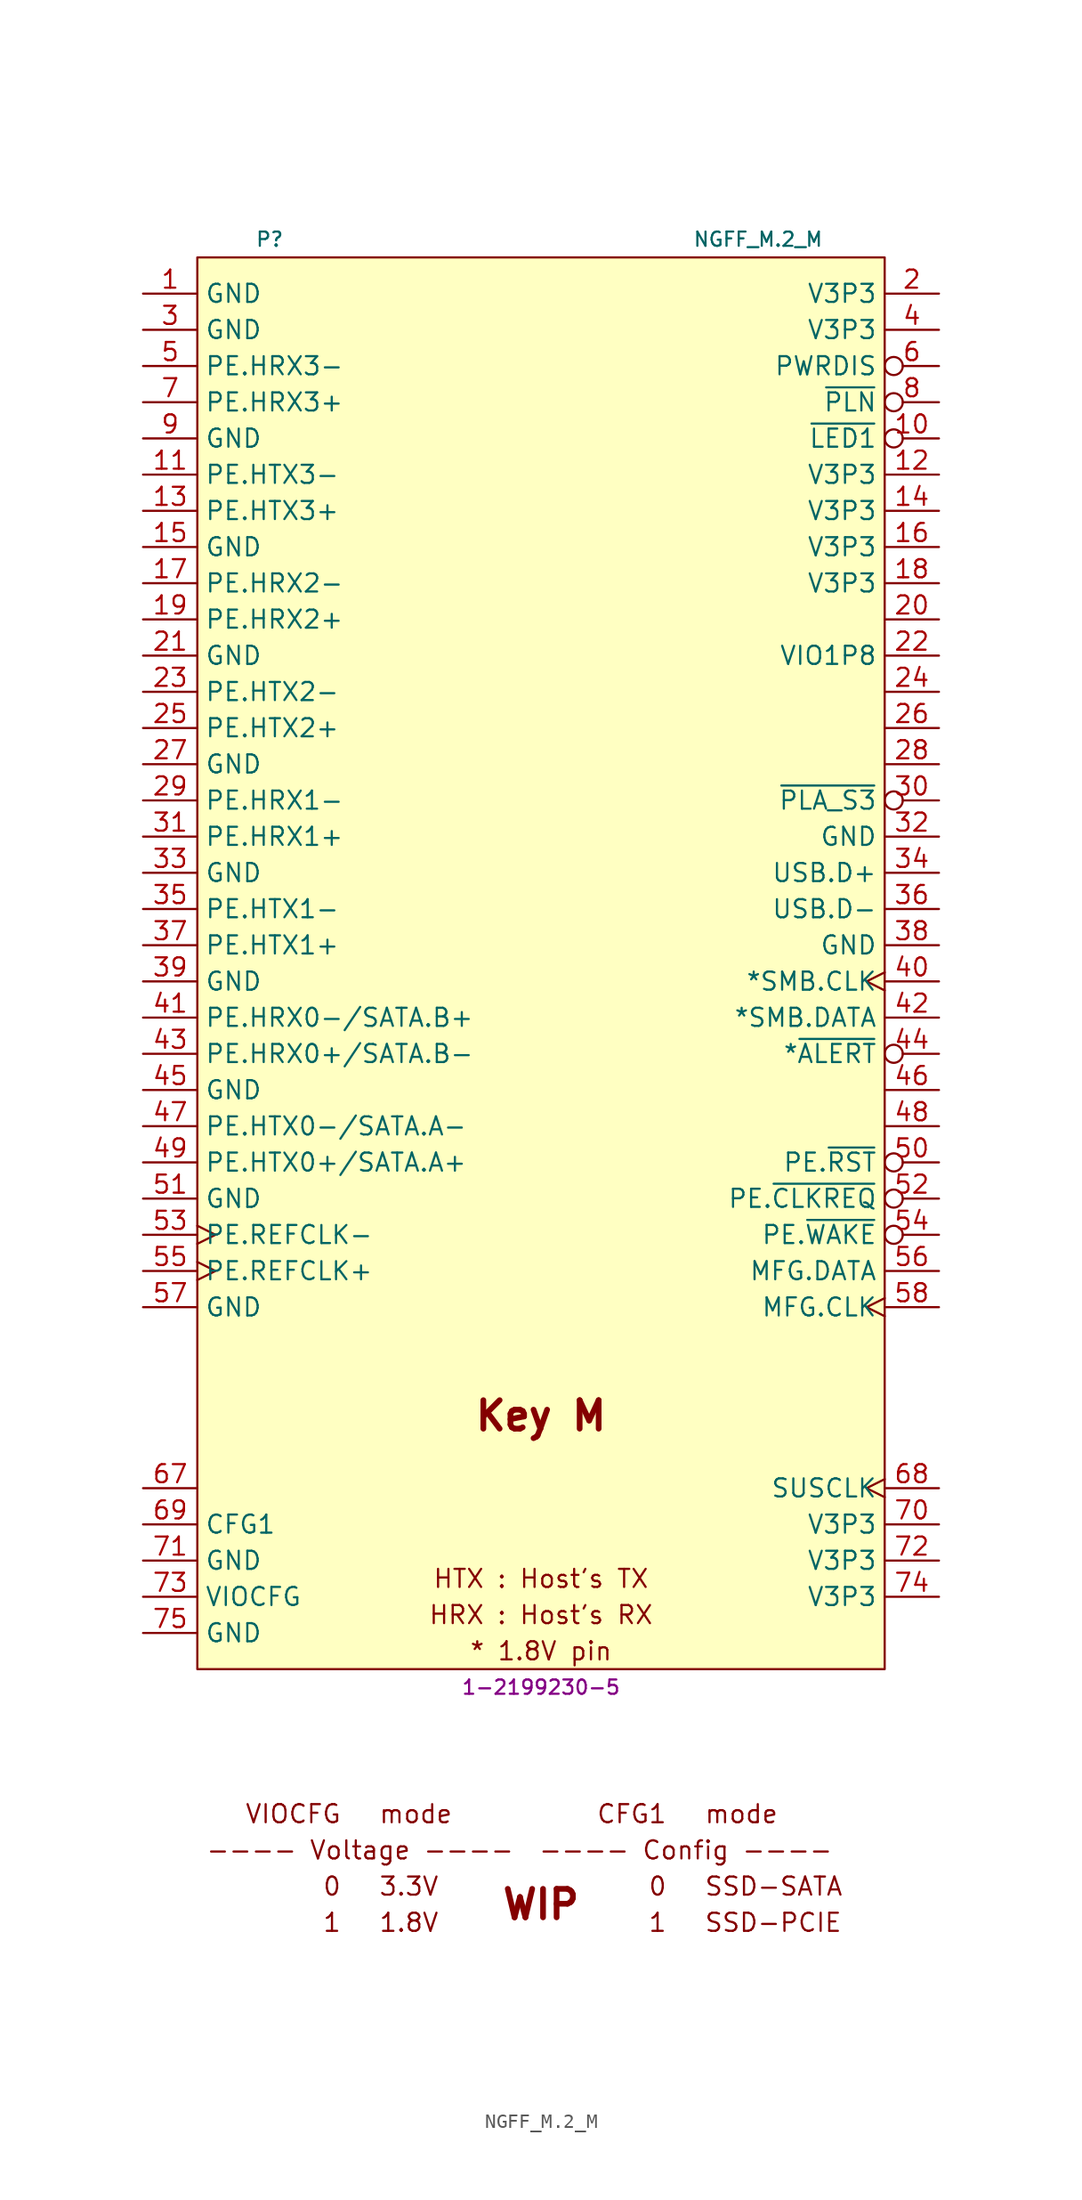
<source format=kicad_sym>
(kicad_symbol_lib
  (version 20231120)
  (generator "kicad_symbol_editor")
  (generator_version "8.0")
  (symbol "NGFF_M.2_M"
    (property "Reference" "P"
      (at -19.05 52.07 0)
      (effects (font (size 1 1))))
    (property "Value" "NGFF_M.2_M"
      (at 15.24 52.07 0)
      (effects (font (size 1 1))))
    (property "MPN" "1-2199230-5"
      (at 0 -49.53 0)
      (effects (font (size 1 1))))
    (symbol "NGFF_M.2_M_0_0"
      (text "* 1.8V pin" (at 0 -46.99 0) (effects (font (size 1.27 1.27))))
      (text "---- Config ----" (at 10.16 -60.96 0) (effects (font (size 1.27 1.27))))
      (text "---- Voltage ----" (at -12.7 -60.96 0) (effects (font (size 1.27 1.27))))
      (text "0" (at -13.97 -63.5 0) (effects (font (size 1.27 1.27)) (justify right)))
      (text "0" (at 8.89 -63.5 0) (effects (font (size 1.27 1.27)) (justify right)))
      (text "1" (at -13.97 -66.04 0) (effects (font (size 1.27 1.27)) (justify right)))
      (text "1" (at 8.89 -66.04 0) (effects (font (size 1.27 1.27)) (justify right)))
      (text "1.8V" (at -11.43 -66.04 0) (effects (font (size 1.27 1.27)) (justify left)))
      (text "3.3V" (at -11.43 -63.5 0) (effects (font (size 1.27 1.27)) (justify left)))
      (text "CFG1" (at 8.89 -58.42 0) (effects (font (size 1.27 1.27)) (justify right)))
      (text "HRX : Host's RX" (at 0 -44.45 0) (effects (font (size 1.27 1.27))))
      (text "HTX : Host's TX" (at 0 -41.91 0) (effects (font (size 1.27 1.27))))
      (text "Key M" (at 0 -30.48 0) (effects (font (size 2 2) (bold yes))))
      (text "mode" (at -11.43 -58.42 0) (effects (font (size 1.27 1.27)) (justify left)))
      (text "mode" (at 11.43 -58.42 0) (effects (font (size 1.27 1.27)) (justify left)))
      (text "SSD-PCIE" (at 11.43 -66.04 0) (effects (font (size 1.27 1.27)) (justify left)))
      (text "SSD-SATA" (at 11.43 -63.5 0) (effects (font (size 1.27 1.27)) (justify left)))
      (text "VIOCFG" (at -13.97 -58.42 0) (effects (font (size 1.27 1.27)) (justify right)))
      (text "WIP" (at 0 -64.77 0) (effects (font (size 2 2) (bold yes)))))
    (symbol "NGFF_M.2_M_1_1"
      (rectangle (start -24.13 50.8) (end 24.13 -48.26) (stroke (width 0.152) (type default)) (fill (type background)))
      (pin power_in line (at -27.94 48.26 0) (length 3.81) (name "GND" (effects (font (size 1.27 1.27)))) (number "1" (effects (font (size 1.27 1.27)))))
      (pin bidirectional inverted (at 27.94 38.1 180) (length 3.81) (name "~{LED1}" (effects (font (size 1.27 1.27)))) (number "10" (effects (font (size 1.27 1.27)))))
      (pin bidirectional line (at -27.94 35.56 0) (length 3.81) (name "PE.HTX3-" (effects (font (size 1.27 1.27)))) (number "11" (effects (font (size 1.27 1.27)))))
      (pin power_in line (at 27.94 35.56 180) (length 3.81) (name "V3P3" (effects (font (size 1.27 1.27)))) (number "12" (effects (font (size 1.27 1.27)))))
      (pin bidirectional line (at -27.94 33.02 0) (length 3.81) (name "PE.HTX3+" (effects (font (size 1.27 1.27)))) (number "13" (effects (font (size 1.27 1.27)))))
      (pin power_in line (at 27.94 33.02 180) (length 3.81) (name "V3P3" (effects (font (size 1.27 1.27)))) (number "14" (effects (font (size 1.27 1.27)))))
      (pin power_in line (at -27.94 30.48 0) (length 3.81) (name "GND" (effects (font (size 1.27 1.27)))) (number "15" (effects (font (size 1.27 1.27)))))
      (pin power_in line (at 27.94 30.48 180) (length 3.81) (name "V3P3" (effects (font (size 1.27 1.27)))) (number "16" (effects (font (size 1.27 1.27)))))
      (pin bidirectional line (at -27.94 27.94 0) (length 3.81) (name "PE.HRX2-" (effects (font (size 1.27 1.27)))) (number "17" (effects (font (size 1.27 1.27)))))
      (pin power_in line (at 27.94 27.94 180) (length 3.81) (name "V3P3" (effects (font (size 1.27 1.27)))) (number "18" (effects (font (size 1.27 1.27)))))
      (pin bidirectional line (at -27.94 25.4 0) (length 3.81) (name "PE.HRX2+" (effects (font (size 1.27 1.27)))) (number "19" (effects (font (size 1.27 1.27)))))
      (pin power_in line (at 27.94 48.26 180) (length 3.81) (name "V3P3" (effects (font (size 1.27 1.27)))) (number "2" (effects (font (size 1.27 1.27)))))
      (pin passive line (at 27.94 25.4 180) (length 3.81) (name "" (effects (font (size 1.27 1.27)))) (number "20" (effects (font (size 1.27 1.27)))))
      (pin power_in line (at -27.94 22.86 0) (length 3.81) (name "GND" (effects (font (size 1.27 1.27)))) (number "21" (effects (font (size 1.27 1.27)))))
      (pin power_in line (at 27.94 22.86 180) (length 3.81) (name "VIO1P8" (effects (font (size 1.27 1.27)))) (number "22" (effects (font (size 1.27 1.27)))))
      (pin bidirectional line (at -27.94 20.32 0) (length 3.81) (name "PE.HTX2-" (effects (font (size 1.27 1.27)))) (number "23" (effects (font (size 1.27 1.27)))))
      (pin passive line (at 27.94 20.32 180) (length 3.81) (name "" (effects (font (size 1.27 1.27)))) (number "24" (effects (font (size 1.27 1.27)))))
      (pin bidirectional line (at -27.94 17.78 0) (length 3.81) (name "PE.HTX2+" (effects (font (size 1.27 1.27)))) (number "25" (effects (font (size 1.27 1.27)))))
      (pin passive line (at 27.94 17.78 180) (length 3.81) (name "" (effects (font (size 1.27 1.27)))) (number "26" (effects (font (size 1.27 1.27)))))
      (pin power_in line (at -27.94 15.24 0) (length 3.81) (name "GND" (effects (font (size 1.27 1.27)))) (number "27" (effects (font (size 1.27 1.27)))))
      (pin passive line (at 27.94 15.24 180) (length 3.81) (name "" (effects (font (size 1.27 1.27)))) (number "28" (effects (font (size 1.27 1.27)))))
      (pin bidirectional line (at -27.94 12.7 0) (length 3.81) (name "PE.HRX1-" (effects (font (size 1.27 1.27)))) (number "29" (effects (font (size 1.27 1.27)))))
      (pin power_in line (at -27.94 45.72 0) (length 3.81) (name "GND" (effects (font (size 1.27 1.27)))) (number "3" (effects (font (size 1.27 1.27)))))
      (pin bidirectional inverted (at 27.94 12.7 180) (length 3.81) (name "~{PLA_S3}" (effects (font (size 1.27 1.27)))) (number "30" (effects (font (size 1.27 1.27)))))
      (pin bidirectional line (at -27.94 10.16 0) (length 3.81) (name "PE.HRX1+" (effects (font (size 1.27 1.27)))) (number "31" (effects (font (size 1.27 1.27)))))
      (pin power_in line (at 27.94 10.16 180) (length 3.81) (name "GND" (effects (font (size 1.27 1.27)))) (number "32" (effects (font (size 1.27 1.27)))))
      (pin power_in line (at -27.94 7.62 0) (length 3.81) (name "GND" (effects (font (size 1.27 1.27)))) (number "33" (effects (font (size 1.27 1.27)))))
      (pin bidirectional line (at 27.94 7.62 180) (length 3.81) (name "USB.D+" (effects (font (size 1.27 1.27)))) (number "34" (effects (font (size 1.27 1.27)))))
      (pin bidirectional line (at -27.94 5.08 0) (length 3.81) (name "PE.HTX1-" (effects (font (size 1.27 1.27)))) (number "35" (effects (font (size 1.27 1.27)))))
      (pin bidirectional line (at 27.94 5.08 180) (length 3.81) (name "USB.D-" (effects (font (size 1.27 1.27)))) (number "36" (effects (font (size 1.27 1.27)))))
      (pin bidirectional line (at -27.94 2.54 0) (length 3.81) (name "PE.HTX1+" (effects (font (size 1.27 1.27)))) (number "37" (effects (font (size 1.27 1.27)))))
      (pin power_in line (at 27.94 2.54 180) (length 3.81) (name "GND" (effects (font (size 1.27 1.27)))) (number "38" (effects (font (size 1.27 1.27)))))
      (pin power_in line (at -27.94 0 0) (length 3.81) (name "GND" (effects (font (size 1.27 1.27)))) (number "39" (effects (font (size 1.27 1.27)))))
      (pin power_in line (at 27.94 45.72 180) (length 3.81) (name "V3P3" (effects (font (size 1.27 1.27)))) (number "4" (effects (font (size 1.27 1.27)))))
      (pin bidirectional clock (at 27.94 0 180) (length 3.81) (name "*SMB.CLK" (effects (font (size 1.27 1.27)))) (number "40" (effects (font (size 1.27 1.27)))))
      (pin bidirectional line (at -27.94 -2.54 0) (length 3.81) (name "PE.HRX0-/SATA.B+" (effects (font (size 1.27 1.27)))) (number "41" (effects (font (size 1.27 1.27)))))
      (pin bidirectional line (at 27.94 -2.54 180) (length 3.81) (name "*SMB.DATA" (effects (font (size 1.27 1.27)))) (number "42" (effects (font (size 1.27 1.27)))))
      (pin bidirectional line (at -27.94 -5.08 0) (length 3.81) (name "PE.HRX0+/SATA.B-" (effects (font (size 1.27 1.27)))) (number "43" (effects (font (size 1.27 1.27)))))
      (pin bidirectional inverted (at 27.94 -5.08 180) (length 3.81) (name "*~{ALERT}" (effects (font (size 1.27 1.27)))) (number "44" (effects (font (size 1.27 1.27)))))
      (pin power_in line (at -27.94 -7.62 0) (length 3.81) (name "GND" (effects (font (size 1.27 1.27)))) (number "45" (effects (font (size 1.27 1.27)))))
      (pin passive line (at 27.94 -7.62 180) (length 3.81) (name "" (effects (font (size 1.27 1.27)))) (number "46" (effects (font (size 1.27 1.27)))))
      (pin bidirectional line (at -27.94 -10.16 0) (length 3.81) (name "PE.HTX0-/SATA.A-" (effects (font (size 1.27 1.27)))) (number "47" (effects (font (size 1.27 1.27)))))
      (pin passive line (at 27.94 -10.16 180) (length 3.81) (name "" (effects (font (size 1.27 1.27)))) (number "48" (effects (font (size 1.27 1.27)))))
      (pin bidirectional line (at -27.94 -12.7 0) (length 3.81) (name "PE.HTX0+/SATA.A+" (effects (font (size 1.27 1.27)))) (number "49" (effects (font (size 1.27 1.27)))))
      (pin bidirectional line (at -27.94 43.18 0) (length 3.81) (name "PE.HRX3-" (effects (font (size 1.27 1.27)))) (number "5" (effects (font (size 1.27 1.27)))))
      (pin bidirectional inverted (at 27.94 -12.7 180) (length 3.81) (name "PE.~{RST}" (effects (font (size 1.27 1.27)))) (number "50" (effects (font (size 1.27 1.27)))))
      (pin power_in line (at -27.94 -15.24 0) (length 3.81) (name "GND" (effects (font (size 1.27 1.27)))) (number "51" (effects (font (size 1.27 1.27)))))
      (pin bidirectional inverted (at 27.94 -15.24 180) (length 3.81) (name "PE.~{CLKREQ}" (effects (font (size 1.27 1.27)))) (number "52" (effects (font (size 1.27 1.27)))))
      (pin input clock (at -27.94 -17.78 0) (length 3.81) (name "PE.REFCLK-" (effects (font (size 1.27 1.27)))) (number "53" (effects (font (size 1.27 1.27)))))
      (pin bidirectional inverted (at 27.94 -17.78 180) (length 3.81) (name "PE.~{WAKE}" (effects (font (size 1.27 1.27)))) (number "54" (effects (font (size 1.27 1.27)))))
      (pin input clock (at -27.94 -20.32 0) (length 3.81) (name "PE.REFCLK+" (effects (font (size 1.27 1.27)))) (number "55" (effects (font (size 1.27 1.27)))))
      (pin bidirectional line (at 27.94 -20.32 180) (length 3.81) (name "MFG.DATA" (effects (font (size 1.27 1.27)))) (number "56" (effects (font (size 1.27 1.27)))))
      (pin power_in line (at -27.94 -22.86 0) (length 3.81) (name "GND" (effects (font (size 1.27 1.27)))) (number "57" (effects (font (size 1.27 1.27)))))
      (pin bidirectional clock (at 27.94 -22.86 180) (length 3.81) (name "MFG.CLK" (effects (font (size 1.27 1.27)))) (number "58" (effects (font (size 1.27 1.27)))))
      (pin bidirectional inverted (at 27.94 43.18 180) (length 3.81) (name "PWRDIS" (effects (font (size 1.27 1.27)))) (number "6" (effects (font (size 1.27 1.27)))))
      (pin passive line (at -27.94 -35.56 0) (length 3.81) (name "" (effects (font (size 1.27 1.27)))) (number "67" (effects (font (size 1.27 1.27)))))
      (pin bidirectional clock (at 27.94 -35.56 180) (length 3.81) (name "SUSCLK" (effects (font (size 1.27 1.27)))) (number "68" (effects (font (size 1.27 1.27)))))
      (pin passive line (at -27.94 -38.1 0) (length 3.81) (name "CFG1" (effects (font (size 1.27 1.27)))) (number "69" (effects (font (size 1.27 1.27)))))
      (pin bidirectional line (at -27.94 40.64 0) (length 3.81) (name "PE.HRX3+" (effects (font (size 1.27 1.27)))) (number "7" (effects (font (size 1.27 1.27)))))
      (pin power_in line (at 27.94 -38.1 180) (length 3.81) (name "V3P3" (effects (font (size 1.27 1.27)))) (number "70" (effects (font (size 1.27 1.27)))))
      (pin power_in line (at -27.94 -40.64 0) (length 3.81) (name "GND" (effects (font (size 1.27 1.27)))) (number "71" (effects (font (size 1.27 1.27)))))
      (pin power_in line (at 27.94 -40.64 180) (length 3.81) (name "V3P3" (effects (font (size 1.27 1.27)))) (number "72" (effects (font (size 1.27 1.27)))))
      (pin passive line (at -27.94 -43.18 0) (length 3.81) (name "VIOCFG" (effects (font (size 1.27 1.27)))) (number "73" (effects (font (size 1.27 1.27)))))
      (pin power_in line (at 27.94 -43.18 180) (length 3.81) (name "V3P3" (effects (font (size 1.27 1.27)))) (number "74" (effects (font (size 1.27 1.27)))))
      (pin power_in line (at -27.94 -45.72 0) (length 3.81) (name "GND" (effects (font (size 1.27 1.27)))) (number "75" (effects (font (size 1.27 1.27)))))
      (pin bidirectional inverted (at 27.94 40.64 180) (length 3.81) (name "~{PLN}" (effects (font (size 1.27 1.27)))) (number "8" (effects (font (size 1.27 1.27)))))
      (pin power_in line (at -27.94 38.1 0) (length 3.81) (name "GND" (effects (font (size 1.27 1.27)))) (number "9" (effects (font (size 1.27 1.27))))))))
</source>
